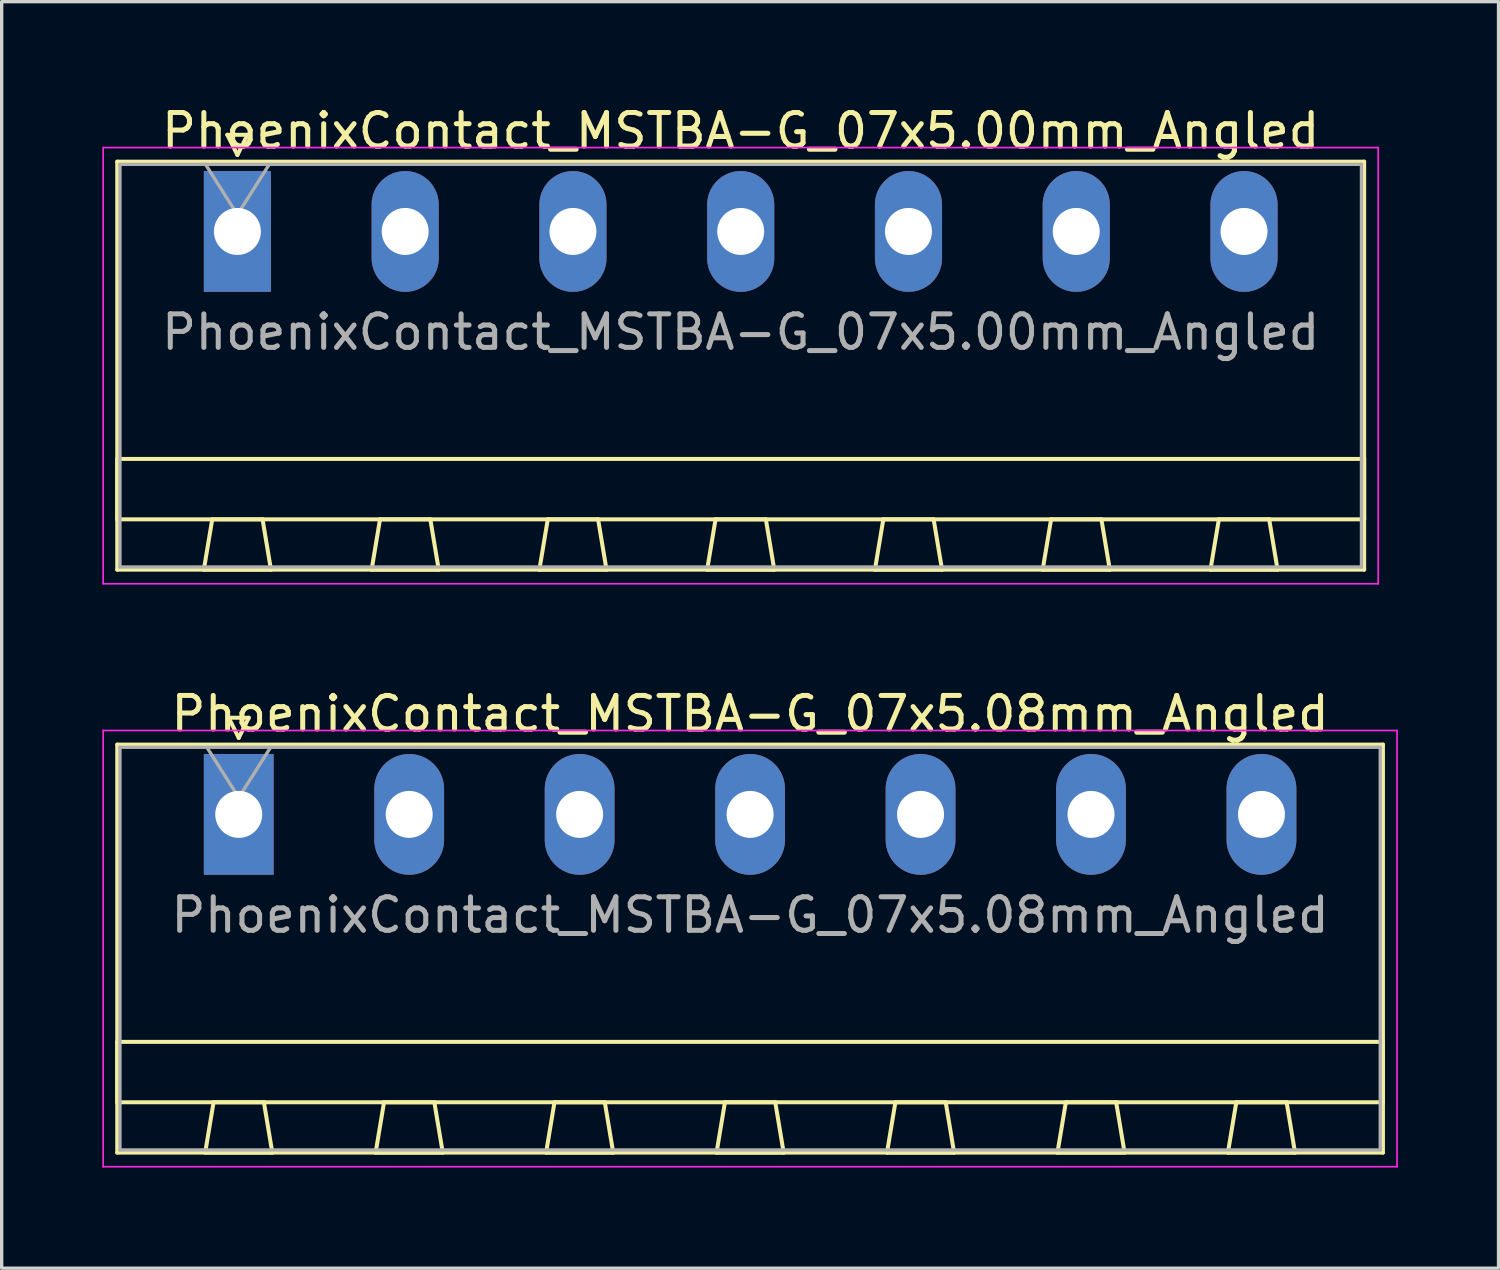
<source format=kicad_pcb>
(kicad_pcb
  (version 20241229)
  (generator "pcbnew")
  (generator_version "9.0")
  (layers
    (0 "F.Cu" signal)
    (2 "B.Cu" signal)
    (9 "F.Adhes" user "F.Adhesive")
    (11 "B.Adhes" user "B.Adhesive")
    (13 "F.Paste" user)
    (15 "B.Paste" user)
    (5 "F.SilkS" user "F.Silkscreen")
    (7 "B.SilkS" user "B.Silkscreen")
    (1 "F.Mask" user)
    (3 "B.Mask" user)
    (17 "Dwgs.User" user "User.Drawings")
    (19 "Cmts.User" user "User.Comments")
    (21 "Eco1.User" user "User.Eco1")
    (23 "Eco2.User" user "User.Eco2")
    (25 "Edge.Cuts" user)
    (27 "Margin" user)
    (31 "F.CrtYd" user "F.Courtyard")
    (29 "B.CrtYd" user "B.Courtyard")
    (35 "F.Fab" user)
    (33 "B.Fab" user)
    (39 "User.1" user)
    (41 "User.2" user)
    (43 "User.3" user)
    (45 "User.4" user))
  (footprint "PhoenixContact_MSTBA-G_07x5.00mm_Angled"
    (layer "F.Cu")
    (at 4.025 3.848)
    (property "Reference" "PhoenixContact_MSTBA-G_07x5.00mm_Angled" (at 15 -3 0) (layer "F.SilkS") (effects (font (size 1 1) (thickness 0.15))))
    (attr through_hole)
    (fp_line (start -3.58 -2.08) (end -3.58 10.08) (stroke (width 0.12) (type solid)) (layer "F.SilkS"))
    (fp_line (start -3.58 6.78) (end 33.58 6.78) (stroke (width 0.12) (type solid)) (layer "F.SilkS"))
    (fp_line (start -3.58 8.58) (end -3.58 6.78) (stroke (width 0.12) (type solid)) (layer "F.SilkS"))
    (fp_line (start -3.58 10.08) (end 33.58 10.08) (stroke (width 0.12) (type solid)) (layer "F.SilkS"))
    (fp_line (start -1 10.08) (end 1 10.08) (stroke (width 0.12) (type solid)) (layer "F.SilkS"))
    (fp_line (start -0.75 8.58) (end -1 10.08) (stroke (width 0.12) (type solid)) (layer "F.SilkS"))
    (fp_line (start -0.3 -2.88) (end 0.3 -2.88) (stroke (width 0.12) (type solid)) (layer "F.SilkS"))
    (fp_line (start 0 -2.28) (end -0.3 -2.88) (stroke (width 0.12) (type solid)) (layer "F.SilkS"))
    (fp_line (start 0.3 -2.88) (end 0 -2.28) (stroke (width 0.12) (type solid)) (layer "F.SilkS"))
    (fp_line (start 0.75 8.58) (end -0.75 8.58) (stroke (width 0.12) (type solid)) (layer "F.SilkS"))
    (fp_line (start 1 10.08) (end 0.75 8.58) (stroke (width 0.12) (type solid)) (layer "F.SilkS"))
    (fp_line (start 4 10.08) (end 6 10.08) (stroke (width 0.12) (type solid)) (layer "F.SilkS"))
    (fp_line (start 4.25 8.58) (end 4 10.08) (stroke (width 0.12) (type solid)) (layer "F.SilkS"))
    (fp_line (start 5.75 8.58) (end 4.25 8.58) (stroke (width 0.12) (type solid)) (layer "F.SilkS"))
    (fp_line (start 6 10.08) (end 5.75 8.58) (stroke (width 0.12) (type solid)) (layer "F.SilkS"))
    (fp_line (start 9 10.08) (end 11 10.08) (stroke (width 0.12) (type solid)) (layer "F.SilkS"))
    (fp_line (start 9.25 8.58) (end 9 10.08) (stroke (width 0.12) (type solid)) (layer "F.SilkS"))
    (fp_line (start 10.75 8.58) (end 9.25 8.58) (stroke (width 0.12) (type solid)) (layer "F.SilkS"))
    (fp_line (start 11 10.08) (end 10.75 8.58) (stroke (width 0.12) (type solid)) (layer "F.SilkS"))
    (fp_line (start 14 10.08) (end 16 10.08) (stroke (width 0.12) (type solid)) (layer "F.SilkS"))
    (fp_line (start 14.25 8.58) (end 14 10.08) (stroke (width 0.12) (type solid)) (layer "F.SilkS"))
    (fp_line (start 15.75 8.58) (end 14.25 8.58) (stroke (width 0.12) (type solid)) (layer "F.SilkS"))
    (fp_line (start 16 10.08) (end 15.75 8.58) (stroke (width 0.12) (type solid)) (layer "F.SilkS"))
    (fp_line (start 19 10.08) (end 21 10.08) (stroke (width 0.12) (type solid)) (layer "F.SilkS"))
    (fp_line (start 19.25 8.58) (end 19 10.08) (stroke (width 0.12) (type solid)) (layer "F.SilkS"))
    (fp_line (start 20.75 8.58) (end 19.25 8.58) (stroke (width 0.12) (type solid)) (layer "F.SilkS"))
    (fp_line (start 21 10.08) (end 20.75 8.58) (stroke (width 0.12) (type solid)) (layer "F.SilkS"))
    (fp_line (start 24 10.08) (end 26 10.08) (stroke (width 0.12) (type solid)) (layer "F.SilkS"))
    (fp_line (start 24.25 8.58) (end 24 10.08) (stroke (width 0.12) (type solid)) (layer "F.SilkS"))
    (fp_line (start 25.75 8.58) (end 24.25 8.58) (stroke (width 0.12) (type solid)) (layer "F.SilkS"))
    (fp_line (start 26 10.08) (end 25.75 8.58) (stroke (width 0.12) (type solid)) (layer "F.SilkS"))
    (fp_line (start 29 10.08) (end 31 10.08) (stroke (width 0.12) (type solid)) (layer "F.SilkS"))
    (fp_line (start 29.25 8.58) (end 29 10.08) (stroke (width 0.12) (type solid)) (layer "F.SilkS"))
    (fp_line (start 30.75 8.58) (end 29.25 8.58) (stroke (width 0.12) (type solid)) (layer "F.SilkS"))
    (fp_line (start 31 10.08) (end 30.75 8.58) (stroke (width 0.12) (type solid)) (layer "F.SilkS"))
    (fp_line (start 33.58 -2.08) (end -3.58 -2.08) (stroke (width 0.12) (type solid)) (layer "F.SilkS"))
    (fp_line (start 33.58 6.78) (end 33.58 8.58) (stroke (width 0.12) (type solid)) (layer "F.SilkS"))
    (fp_line (start 33.58 8.58) (end -3.58 8.58) (stroke (width 0.12) (type solid)) (layer "F.SilkS"))
    (fp_line (start 33.58 10.08) (end 33.58 -2.08) (stroke (width 0.12) (type solid)) (layer "F.SilkS"))
    (fp_line (start -4 -2.5) (end -4 10.5) (stroke (width 0.05) (type solid)) (layer "F.CrtYd"))
    (fp_line (start -4 10.5) (end 34 10.5) (stroke (width 0.05) (type solid)) (layer "F.CrtYd"))
    (fp_line (start 34 -2.5) (end -4 -2.5) (stroke (width 0.05) (type solid)) (layer "F.CrtYd"))
    (fp_line (start 34 10.5) (end 34 -2.5) (stroke (width 0.05) (type solid)) (layer "F.CrtYd"))
    (fp_line (start -3.5 -2) (end -3.5 10) (stroke (width 0.1) (type solid)) (layer "F.Fab"))
    (fp_line (start -3.5 10) (end 33.5 10) (stroke (width 0.1) (type solid)) (layer "F.Fab"))
    (fp_line (start 0 -0.5) (end -0.95 -2) (stroke (width 0.1) (type solid)) (layer "F.Fab"))
    (fp_line (start 0.95 -2) (end 0 -0.5) (stroke (width 0.1) (type solid)) (layer "F.Fab"))
    (fp_line (start 33.5 -2) (end -3.5 -2) (stroke (width 0.1) (type solid)) (layer "F.Fab"))
    (fp_line (start 33.5 10) (end 33.5 -2) (stroke (width 0.1) (type solid)) (layer "F.Fab"))
    (fp_text user "${REFERENCE}" (at 15 3 0) (layer "F.Fab") (effects (font (size 1 1) (thickness 0.15))))
    (pad "1" thru_hole rect (at 0 0) (size 2 3.6) (drill 1.4) (layers "*.Cu" "*.Mask"))
    (pad "2" thru_hole oval (at 5 0) (size 2 3.6) (drill 1.4) (layers "*.Cu" "*.Mask"))
    (pad "3" thru_hole oval (at 10 0) (size 2 3.6) (drill 1.4) (layers "*.Cu" "*.Mask"))
    (pad "4" thru_hole oval (at 15 0) (size 2 3.6) (drill 1.4) (layers "*.Cu" "*.Mask"))
    (pad "5" thru_hole oval (at 20 0) (size 2 3.6) (drill 1.4) (layers "*.Cu" "*.Mask"))
    (pad "6" thru_hole oval (at 25 0) (size 2 3.6) (drill 1.4) (layers "*.Cu" "*.Mask"))
    (pad "7" thru_hole oval (at 30 0) (size 2 3.6) (drill 1.4) (layers "*.Cu" "*.Mask")))
  (footprint "PhoenixContact_MSTBA-G_07x5.08mm_Angled"
    (layer "F.Cu")
    (at 4.065 21.221)
    (property "Reference" "PhoenixContact_MSTBA-G_07x5.08mm_Angled" (at 15.24 -3 0) (layer "F.SilkS") (effects (font (size 1 1) (thickness 0.15))))
    (attr through_hole)
    (fp_line (start -3.62 -2.08) (end -3.62 10.08) (stroke (width 0.12) (type solid)) (layer "F.SilkS"))
    (fp_line (start -3.62 6.78) (end 34.1 6.78) (stroke (width 0.12) (type solid)) (layer "F.SilkS"))
    (fp_line (start -3.62 8.58) (end -3.62 6.78) (stroke (width 0.12) (type solid)) (layer "F.SilkS"))
    (fp_line (start -3.62 10.08) (end 34.1 10.08) (stroke (width 0.12) (type solid)) (layer "F.SilkS"))
    (fp_line (start -1 10.08) (end 1 10.08) (stroke (width 0.12) (type solid)) (layer "F.SilkS"))
    (fp_line (start -0.75 8.58) (end -1 10.08) (stroke (width 0.12) (type solid)) (layer "F.SilkS"))
    (fp_line (start -0.3 -2.88) (end 0.3 -2.88) (stroke (width 0.12) (type solid)) (layer "F.SilkS"))
    (fp_line (start 0 -2.28) (end -0.3 -2.88) (stroke (width 0.12) (type solid)) (layer "F.SilkS"))
    (fp_line (start 0.3 -2.88) (end 0 -2.28) (stroke (width 0.12) (type solid)) (layer "F.SilkS"))
    (fp_line (start 0.75 8.58) (end -0.75 8.58) (stroke (width 0.12) (type solid)) (layer "F.SilkS"))
    (fp_line (start 1 10.08) (end 0.75 8.58) (stroke (width 0.12) (type solid)) (layer "F.SilkS"))
    (fp_line (start 4.08 10.08) (end 6.08 10.08) (stroke (width 0.12) (type solid)) (layer "F.SilkS"))
    (fp_line (start 4.33 8.58) (end 4.08 10.08) (stroke (width 0.12) (type solid)) (layer "F.SilkS"))
    (fp_line (start 5.83 8.58) (end 4.33 8.58) (stroke (width 0.12) (type solid)) (layer "F.SilkS"))
    (fp_line (start 6.08 10.08) (end 5.83 8.58) (stroke (width 0.12) (type solid)) (layer "F.SilkS"))
    (fp_line (start 9.16 10.08) (end 11.16 10.08) (stroke (width 0.12) (type solid)) (layer "F.SilkS"))
    (fp_line (start 9.41 8.58) (end 9.16 10.08) (stroke (width 0.12) (type solid)) (layer "F.SilkS"))
    (fp_line (start 10.91 8.58) (end 9.41 8.58) (stroke (width 0.12) (type solid)) (layer "F.SilkS"))
    (fp_line (start 11.16 10.08) (end 10.91 8.58) (stroke (width 0.12) (type solid)) (layer "F.SilkS"))
    (fp_line (start 14.24 10.08) (end 16.24 10.08) (stroke (width 0.12) (type solid)) (layer "F.SilkS"))
    (fp_line (start 14.49 8.58) (end 14.24 10.08) (stroke (width 0.12) (type solid)) (layer "F.SilkS"))
    (fp_line (start 15.99 8.58) (end 14.49 8.58) (stroke (width 0.12) (type solid)) (layer "F.SilkS"))
    (fp_line (start 16.24 10.08) (end 15.99 8.58) (stroke (width 0.12) (type solid)) (layer "F.SilkS"))
    (fp_line (start 19.32 10.08) (end 21.32 10.08) (stroke (width 0.12) (type solid)) (layer "F.SilkS"))
    (fp_line (start 19.57 8.58) (end 19.32 10.08) (stroke (width 0.12) (type solid)) (layer "F.SilkS"))
    (fp_line (start 21.07 8.58) (end 19.57 8.58) (stroke (width 0.12) (type solid)) (layer "F.SilkS"))
    (fp_line (start 21.32 10.08) (end 21.07 8.58) (stroke (width 0.12) (type solid)) (layer "F.SilkS"))
    (fp_line (start 24.4 10.08) (end 26.4 10.08) (stroke (width 0.12) (type solid)) (layer "F.SilkS"))
    (fp_line (start 24.65 8.58) (end 24.4 10.08) (stroke (width 0.12) (type solid)) (layer "F.SilkS"))
    (fp_line (start 26.15 8.58) (end 24.65 8.58) (stroke (width 0.12) (type solid)) (layer "F.SilkS"))
    (fp_line (start 26.4 10.08) (end 26.15 8.58) (stroke (width 0.12) (type solid)) (layer "F.SilkS"))
    (fp_line (start 29.48 10.08) (end 31.48 10.08) (stroke (width 0.12) (type solid)) (layer "F.SilkS"))
    (fp_line (start 29.73 8.58) (end 29.48 10.08) (stroke (width 0.12) (type solid)) (layer "F.SilkS"))
    (fp_line (start 31.23 8.58) (end 29.73 8.58) (stroke (width 0.12) (type solid)) (layer "F.SilkS"))
    (fp_line (start 31.48 10.08) (end 31.23 8.58) (stroke (width 0.12) (type solid)) (layer "F.SilkS"))
    (fp_line (start 34.1 -2.08) (end -3.62 -2.08) (stroke (width 0.12) (type solid)) (layer "F.SilkS"))
    (fp_line (start 34.1 6.78) (end 34.1 8.58) (stroke (width 0.12) (type solid)) (layer "F.SilkS"))
    (fp_line (start 34.1 8.58) (end -3.62 8.58) (stroke (width 0.12) (type solid)) (layer "F.SilkS"))
    (fp_line (start 34.1 10.08) (end 34.1 -2.08) (stroke (width 0.12) (type solid)) (layer "F.SilkS"))
    (fp_line (start -4.04 -2.5) (end -4.04 10.5) (stroke (width 0.05) (type solid)) (layer "F.CrtYd"))
    (fp_line (start -4.04 10.5) (end 34.52 10.5) (stroke (width 0.05) (type solid)) (layer "F.CrtYd"))
    (fp_line (start 34.52 -2.5) (end -4.04 -2.5) (stroke (width 0.05) (type solid)) (layer "F.CrtYd"))
    (fp_line (start 34.52 10.5) (end 34.52 -2.5) (stroke (width 0.05) (type solid)) (layer "F.CrtYd"))
    (fp_line (start -3.54 -2) (end -3.54 10) (stroke (width 0.1) (type solid)) (layer "F.Fab"))
    (fp_line (start -3.54 10) (end 34.02 10) (stroke (width 0.1) (type solid)) (layer "F.Fab"))
    (fp_line (start 0 -0.5) (end -0.95 -2) (stroke (width 0.1) (type solid)) (layer "F.Fab"))
    (fp_line (start 0.95 -2) (end 0 -0.5) (stroke (width 0.1) (type solid)) (layer "F.Fab"))
    (fp_line (start 34.02 -2) (end -3.54 -2) (stroke (width 0.1) (type solid)) (layer "F.Fab"))
    (fp_line (start 34.02 10) (end 34.02 -2) (stroke (width 0.1) (type solid)) (layer "F.Fab"))
    (fp_text user "${REFERENCE}" (at 15.24 3 0) (layer "F.Fab") (effects (font (size 1 1) (thickness 0.15))))
    (pad "1" thru_hole rect (at 0 0) (size 2.08 3.6) (drill 1.4) (layers "*.Cu" "*.Mask"))
    (pad "2" thru_hole oval (at 5.08 0) (size 2.08 3.6) (drill 1.4) (layers "*.Cu" "*.Mask"))
    (pad "3" thru_hole oval (at 10.16 0) (size 2.08 3.6) (drill 1.4) (layers "*.Cu" "*.Mask"))
    (pad "4" thru_hole oval (at 15.24 0) (size 2.08 3.6) (drill 1.4) (layers "*.Cu" "*.Mask"))
    (pad "5" thru_hole oval (at 20.32 0) (size 2.08 3.6) (drill 1.4) (layers "*.Cu" "*.Mask"))
    (pad "6" thru_hole oval (at 25.4 0) (size 2.08 3.6) (drill 1.4) (layers "*.Cu" "*.Mask"))
    (pad "7" thru_hole oval (at 30.48 0) (size 2.08 3.6) (drill 1.4) (layers "*.Cu" "*.Mask")))
  (gr_rect
    (start -3 -3)
    (end 41.61 34.746)
    (stroke (width 0.1) (type default))
    (fill no)
    (layer "Edge.Cuts")))
</source>
